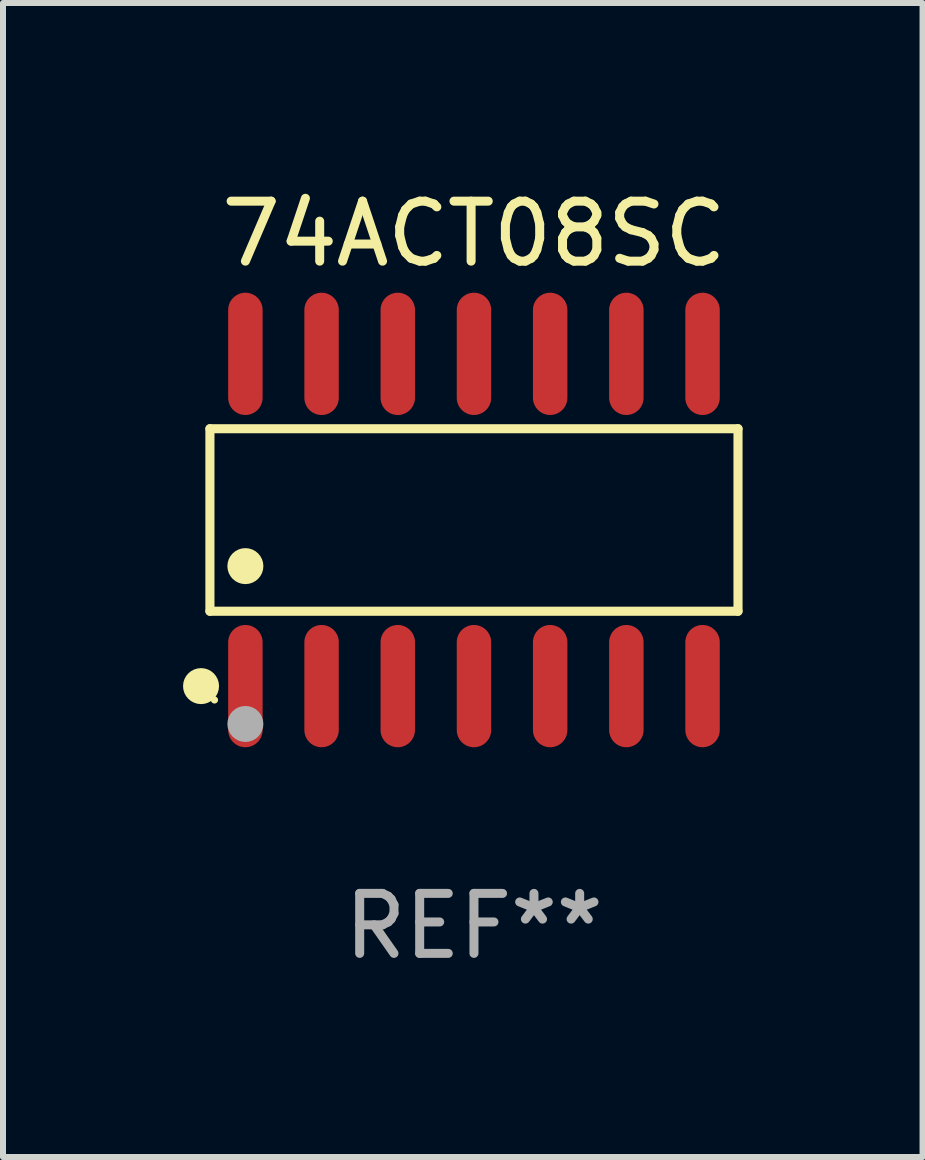
<source format=kicad_pcb>
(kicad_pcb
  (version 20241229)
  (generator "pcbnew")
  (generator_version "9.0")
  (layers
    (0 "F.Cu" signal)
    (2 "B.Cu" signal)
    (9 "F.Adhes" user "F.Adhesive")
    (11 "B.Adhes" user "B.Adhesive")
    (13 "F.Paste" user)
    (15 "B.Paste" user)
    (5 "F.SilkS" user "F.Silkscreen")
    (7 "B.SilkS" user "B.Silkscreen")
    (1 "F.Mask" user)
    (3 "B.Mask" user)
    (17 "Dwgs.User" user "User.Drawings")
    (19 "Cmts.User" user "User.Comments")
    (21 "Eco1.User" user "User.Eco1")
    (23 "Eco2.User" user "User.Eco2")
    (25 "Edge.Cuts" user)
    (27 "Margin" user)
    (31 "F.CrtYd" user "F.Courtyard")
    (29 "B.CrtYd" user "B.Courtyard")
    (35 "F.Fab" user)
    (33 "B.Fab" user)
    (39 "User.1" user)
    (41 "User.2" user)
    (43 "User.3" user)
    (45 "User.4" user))
  (footprint "74ACT08SC"
    (layer "F.Cu")
    (at 4.85 5.617)
    (property "Reference" "74ACT08SC" (at 0 -4.769 0) (layer "F.SilkS") (effects (font (size 1 1) (thickness 0.15))))
    (attr through_hole)
    (fp_line (start -4.401 -1.521) (end 4.401 -1.521) (stroke (width 0.152) (type solid)) (layer "F.SilkS"))
    (fp_line (start -4.401 1.521) (end -4.401 -1.521) (stroke (width 0.152) (type solid)) (layer "F.SilkS"))
    (fp_line (start 4.401 -1.521) (end 4.401 1.521) (stroke (width 0.152) (type solid)) (layer "F.SilkS"))
    (fp_line (start 4.401 1.521) (end -4.401 1.521) (stroke (width 0.152) (type solid)) (layer "F.SilkS"))
    (fp_circle (center -4.549 2.769) (end -4.399 2.769) (stroke (width 0.3) (type solid)) (fill no) (layer "F.SilkS"))
    (fp_circle (center -4.325 3) (end -4.295 3) (stroke (width 0.06) (type solid)) (fill no) (layer "F.SilkS"))
    (fp_circle (center -3.81 0.769) (end -3.66 0.769) (stroke (width 0.3) (type solid)) (fill no) (layer "F.SilkS"))
    (fp_circle (center -3.81 3.4) (end -3.66 3.4) (stroke (width 0.3) (type solid)) (fill no) (layer "F.Fab"))
    (fp_text user "REF**" (at 0 6.769 0) (layer "F.Fab") (effects (font (size 1 1) (thickness 0.15))))
    (pad "1" smd oval (at -3.81 2.769) (size 0.574 2.038) (layers "F.Cu" "F.Mask" "F.Paste"))
    (pad "2" smd oval (at -2.54 2.769) (size 0.574 2.038) (layers "F.Cu" "F.Mask" "F.Paste"))
    (pad "3" smd oval (at -1.27 2.769) (size 0.574 2.038) (layers "F.Cu" "F.Mask" "F.Paste"))
    (pad "4" smd oval (at 0 2.769) (size 0.574 2.038) (layers "F.Cu" "F.Mask" "F.Paste"))
    (pad "5" smd oval (at 1.27 2.769) (size 0.574 2.038) (layers "F.Cu" "F.Mask" "F.Paste"))
    (pad "6" smd oval (at 2.54 2.769) (size 0.574 2.038) (layers "F.Cu" "F.Mask" "F.Paste"))
    (pad "7" smd oval (at 3.81 2.769) (size 0.574 2.038) (layers "F.Cu" "F.Mask" "F.Paste"))
    (pad "8" smd oval (at 3.81 -2.769) (size 0.574 2.038) (layers "F.Cu" "F.Mask" "F.Paste"))
    (pad "9" smd oval (at 2.54 -2.769) (size 0.574 2.038) (layers "F.Cu" "F.Mask" "F.Paste"))
    (pad "10" smd oval (at 1.27 -2.769) (size 0.574 2.038) (layers "F.Cu" "F.Mask" "F.Paste"))
    (pad "11" smd oval (at 0 -2.769) (size 0.574 2.038) (layers "F.Cu" "F.Mask" "F.Paste"))
    (pad "12" smd oval (at -1.27 -2.769) (size 0.574 2.038) (layers "F.Cu" "F.Mask" "F.Paste"))
    (pad "13" smd oval (at -2.54 -2.769) (size 0.574 2.038) (layers "F.Cu" "F.Mask" "F.Paste"))
    (pad "14" smd oval (at -3.81 -2.769) (size 0.574 2.038) (layers "F.Cu" "F.Mask" "F.Paste")))
  (gr_rect
    (start -3 -3)
    (end 12.327 16.235)
    (stroke (width 0.1) (type default))
    (fill no)
    (layer "Edge.Cuts")))
</source>
